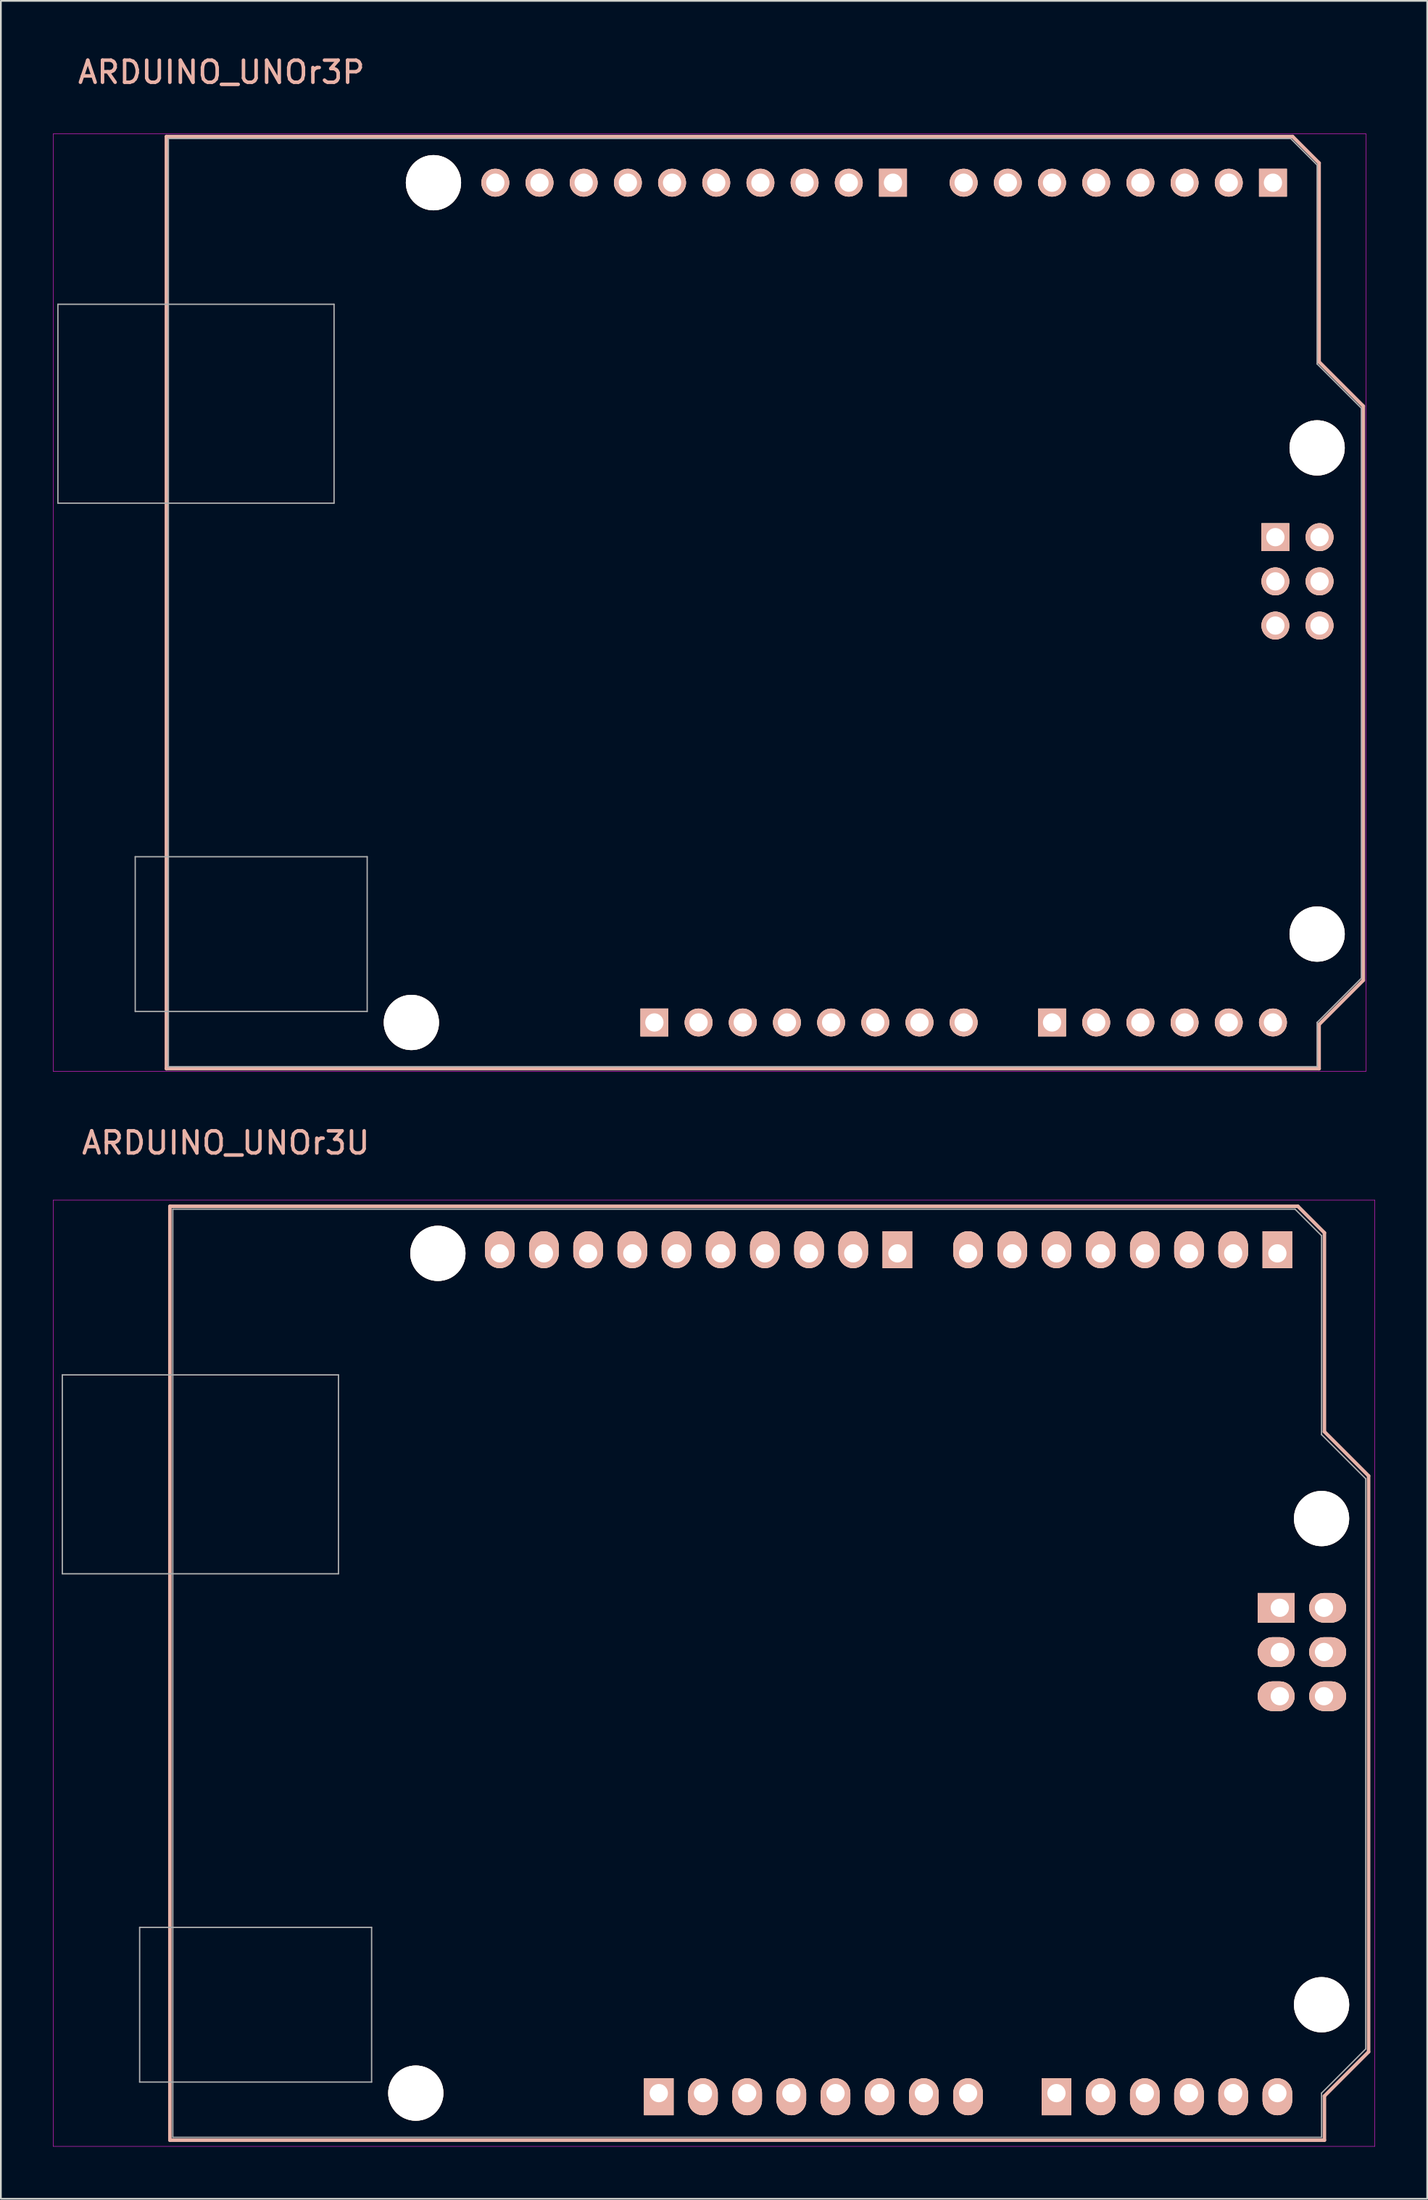
<source format=kicad_pcb>
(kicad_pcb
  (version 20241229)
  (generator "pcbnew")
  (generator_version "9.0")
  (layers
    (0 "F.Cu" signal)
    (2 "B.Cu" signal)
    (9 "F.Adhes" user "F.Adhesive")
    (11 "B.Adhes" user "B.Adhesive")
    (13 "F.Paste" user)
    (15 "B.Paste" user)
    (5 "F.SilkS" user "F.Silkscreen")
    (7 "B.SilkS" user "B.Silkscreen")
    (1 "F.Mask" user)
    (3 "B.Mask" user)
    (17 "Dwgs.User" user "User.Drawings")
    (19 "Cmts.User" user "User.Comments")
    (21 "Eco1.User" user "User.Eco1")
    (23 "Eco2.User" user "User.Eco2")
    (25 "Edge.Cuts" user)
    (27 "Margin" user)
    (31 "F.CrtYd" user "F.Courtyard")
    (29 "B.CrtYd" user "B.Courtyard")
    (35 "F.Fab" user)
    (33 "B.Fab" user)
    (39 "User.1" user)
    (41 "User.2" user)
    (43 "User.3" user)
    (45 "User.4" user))
  (footprint "ARDUINO_UNOr3U"
    (layer "F.Cu")
    (at 6.883 119.779)
    (property "Reference" "ARDUINO_UNOr3U" (at 3.048 -57.15 0) (layer "B.SilkS") (effects (font (size 1.27 1.27) (thickness 0.203))))
    (attr through_hole)
    (fp_line (start -0.165 0.165) (end -0.165 -53.505) (stroke (width 0.203) (type solid)) (layer "B.SilkS"))
    (fp_line (start 64.681 -53.505) (end -0.165 -53.505) (stroke (width 0.203) (type solid)) (layer "B.SilkS"))
    (fp_line (start 66.205 -51.981) (end 64.681 -53.505) (stroke (width 0.203) (type solid)) (layer "B.SilkS"))
    (fp_line (start 66.205 -40.551) (end 66.205 -51.981) (stroke (width 0.203) (type solid)) (layer "B.SilkS"))
    (fp_line (start 66.205 -40.551) (end 68.745 -38.011) (stroke (width 0.203) (type solid)) (layer "B.SilkS"))
    (fp_line (start 66.205 -2.375) (end 66.205 0.165) (stroke (width 0.203) (type solid)) (layer "B.SilkS"))
    (fp_line (start 66.205 0.165) (end -0.165 0.165) (stroke (width 0.203) (type solid)) (layer "B.SilkS"))
    (fp_line (start 68.745 -38.011) (end 68.745 -4.915) (stroke (width 0.203) (type solid)) (layer "B.SilkS"))
    (fp_line (start 68.745 -4.915) (end 66.205 -2.375) (stroke (width 0.203) (type solid)) (layer "B.SilkS"))
    (fp_line (start -6.871 -53.861) (end 69.101 -53.861) (stroke (width 0.025) (type solid)) (layer "F.CrtYd"))
    (fp_line (start -6.871 0.521) (end -6.871 -53.861) (stroke (width 0.025) (type solid)) (layer "F.CrtYd"))
    (fp_line (start 69.101 -53.861) (end 69.101 0.521) (stroke (width 0.025) (type solid)) (layer "F.CrtYd"))
    (fp_line (start 69.101 0.521) (end -6.871 0.521) (stroke (width 0.025) (type solid)) (layer "F.CrtYd"))
    (fp_line (start -6.35 -43.815) (end 9.525 -43.815) (stroke (width 0.076) (type solid)) (layer "F.Fab"))
    (fp_line (start -6.35 -32.385) (end -6.35 -43.815) (stroke (width 0.076) (type solid)) (layer "F.Fab"))
    (fp_line (start -1.905 -12.065) (end 11.43 -12.065) (stroke (width 0.076) (type solid)) (layer "F.Fab"))
    (fp_line (start -1.905 -3.175) (end -1.905 -12.065) (stroke (width 0.076) (type solid)) (layer "F.Fab"))
    (fp_line (start 0 0) (end 0 -53.34) (stroke (width 0.076) (type solid)) (layer "F.Fab"))
    (fp_line (start 9.525 -43.815) (end 9.525 -32.385) (stroke (width 0.076) (type solid)) (layer "F.Fab"))
    (fp_line (start 9.525 -32.385) (end -6.35 -32.385) (stroke (width 0.076) (type solid)) (layer "F.Fab"))
    (fp_line (start 11.43 -12.065) (end 11.43 -3.175) (stroke (width 0.076) (type solid)) (layer "F.Fab"))
    (fp_line (start 11.43 -3.175) (end -1.905 -3.175) (stroke (width 0.076) (type solid)) (layer "F.Fab"))
    (fp_line (start 64.516 -53.34) (end 0 -53.34) (stroke (width 0.076) (type solid)) (layer "F.Fab"))
    (fp_line (start 66.04 -51.816) (end 64.516 -53.34) (stroke (width 0.076) (type solid)) (layer "F.Fab"))
    (fp_line (start 66.04 -40.386) (end 66.04 -51.816) (stroke (width 0.076) (type solid)) (layer "F.Fab"))
    (fp_line (start 66.04 -40.386) (end 68.58 -37.846) (stroke (width 0.076) (type solid)) (layer "F.Fab"))
    (fp_line (start 66.04 -2.54) (end 66.04 0) (stroke (width 0.076) (type solid)) (layer "F.Fab"))
    (fp_line (start 66.04 0) (end 0 0) (stroke (width 0.076) (type solid)) (layer "F.Fab"))
    (fp_line (start 68.58 -37.846) (end 68.58 -5.08) (stroke (width 0.076) (type solid)) (layer "F.Fab"))
    (fp_line (start 68.58 -5.08) (end 66.04 -2.54) (stroke (width 0.076) (type solid)) (layer "F.Fab"))
    (pad "" np_thru_hole circle (at 13.97 -2.54 180) (size 3.175 3.175) (drill 3.175) (layers "*.Cu" "*.SilkS" "*.Mask"))
    (pad "" np_thru_hole circle (at 15.24 -50.8 180) (size 3.175 3.175) (drill 3.175) (layers "*.Cu" "*.SilkS" "*.Mask"))
    (pad "" np_thru_hole circle (at 66.04 -35.56 180) (size 3.175 3.175) (drill 3.175) (layers "*.Cu" "*.SilkS" "*.Mask"))
    (pad "" np_thru_hole circle (at 66.04 -7.62 180) (size 3.175 3.175) (drill 3.175) (layers "*.Cu" "*.SilkS" "*.Mask"))
    (pad "A1" thru_hole rect (at 50.8 -2.54) (size 1.7 2.12) (drill 1.05 (offset 0 0.21)) (layers "*.Cu" "*.SilkS" "*.Mask"))
    (pad "A2" thru_hole oval (at 53.34 -2.54) (size 1.7 2.12) (drill 1.05 (offset 0 0.21)) (layers "*.Cu" "*.SilkS" "*.Mask"))
    (pad "A3" thru_hole oval (at 55.88 -2.54) (size 1.7 2.12) (drill 1.05 (offset 0 0.21)) (layers "*.Cu" "*.SilkS" "*.Mask"))
    (pad "A4" thru_hole oval (at 58.42 -2.54) (size 1.7 2.12) (drill 1.05 (offset 0 0.21)) (layers "*.Cu" "*.SilkS" "*.Mask"))
    (pad "A5" thru_hole oval (at 60.96 -2.54) (size 1.7 2.12) (drill 1.05 (offset 0 0.21)) (layers "*.Cu" "*.SilkS" "*.Mask"))
    (pad "A6" thru_hole oval (at 63.5 -2.54) (size 1.7 2.12) (drill 1.05 (offset 0 0.21)) (layers "*.Cu" "*.SilkS" "*.Mask"))
    (pad "H1" thru_hole rect (at 41.656 -50.8) (size 1.7 2.12) (drill 1.05 (offset 0 -0.21)) (layers "*.Cu" "*.SilkS" "*.Mask"))
    (pad "H2" thru_hole oval (at 39.116 -50.8) (size 1.7 2.12) (drill 1.05 (offset 0 -0.21)) (layers "*.Cu" "*.SilkS" "*.Mask"))
    (pad "H3" thru_hole oval (at 36.576 -50.8) (size 1.7 2.12) (drill 1.05 (offset 0 -0.21)) (layers "*.Cu" "*.SilkS" "*.Mask"))
    (pad "H4" thru_hole oval (at 34.036 -50.8) (size 1.7 2.12) (drill 1.05 (offset 0 -0.21)) (layers "*.Cu" "*.SilkS" "*.Mask"))
    (pad "H5" thru_hole oval (at 31.496 -50.8) (size 1.7 2.12) (drill 1.05 (offset 0 -0.21)) (layers "*.Cu" "*.SilkS" "*.Mask"))
    (pad "H6" thru_hole oval (at 28.956 -50.8) (size 1.7 2.12) (drill 1.05 (offset 0 -0.21)) (layers "*.Cu" "*.SilkS" "*.Mask"))
    (pad "H7" thru_hole oval (at 26.416 -50.8) (size 1.7 2.12) (drill 1.05 (offset 0 -0.21)) (layers "*.Cu" "*.SilkS" "*.Mask"))
    (pad "H8" thru_hole oval (at 23.876 -50.8) (size 1.7 2.12) (drill 1.05 (offset 0 -0.21)) (layers "*.Cu" "*.SilkS" "*.Mask"))
    (pad "H9" thru_hole oval (at 21.336 -50.8) (size 1.7 2.12) (drill 1.05 (offset 0 -0.21)) (layers "*.Cu" "*.SilkS" "*.Mask"))
    (pad "H10" thru_hole oval (at 18.796 -50.8) (size 1.7 2.12) (drill 1.05 (offset 0 -0.21)) (layers "*.Cu" "*.SilkS" "*.Mask"))
    (pad "ISP1" thru_hole rect (at 63.64 -30.43 90) (size 1.7 2.12) (drill 1.05 (offset 0 -0.21)) (layers "*.Cu" "*.SilkS" "*.Mask"))
    (pad "ISP2" thru_hole oval (at 66.18 -30.43 270) (size 1.7 2.12) (drill 1.05 (offset 0 -0.21)) (layers "*.Cu" "*.SilkS" "*.Mask"))
    (pad "ISP3" thru_hole oval (at 63.64 -27.89 90) (size 1.7 2.12) (drill 1.05 (offset 0 -0.21)) (layers "*.Cu" "*.SilkS" "*.Mask"))
    (pad "ISP4" thru_hole oval (at 66.18 -27.89 270) (size 1.7 2.12) (drill 1.05 (offset 0 -0.21)) (layers "*.Cu" "*.SilkS" "*.Mask"))
    (pad "ISP5" thru_hole oval (at 63.64 -25.35 90) (size 1.7 2.12) (drill 1.05 (offset 0 -0.21)) (layers "*.Cu" "*.SilkS" "*.Mask"))
    (pad "ISP6" thru_hole oval (at 66.18 -25.35 270) (size 1.7 2.12) (drill 1.05 (offset 0 -0.21)) (layers "*.Cu" "*.SilkS" "*.Mask"))
    (pad "L1" thru_hole rect (at 63.5 -50.8) (size 1.7 2.12) (drill 1.05 (offset 0 -0.21)) (layers "*.Cu" "*.SilkS" "*.Mask"))
    (pad "L2" thru_hole oval (at 60.96 -50.8) (size 1.7 2.12) (drill 1.05 (offset 0 -0.21)) (layers "*.Cu" "*.SilkS" "*.Mask"))
    (pad "L3" thru_hole oval (at 58.42 -50.8) (size 1.7 2.12) (drill 1.05 (offset 0 -0.21)) (layers "*.Cu" "*.SilkS" "*.Mask"))
    (pad "L4" thru_hole oval (at 55.88 -50.8) (size 1.7 2.12) (drill 1.05 (offset 0 -0.21)) (layers "*.Cu" "*.SilkS" "*.Mask"))
    (pad "L5" thru_hole oval (at 53.34 -50.8) (size 1.7 2.12) (drill 1.05 (offset 0 -0.21)) (layers "*.Cu" "*.SilkS" "*.Mask"))
    (pad "L6" thru_hole oval (at 50.8 -50.8) (size 1.7 2.12) (drill 1.05 (offset 0 -0.21)) (layers "*.Cu" "*.SilkS" "*.Mask"))
    (pad "L7" thru_hole oval (at 48.26 -50.8) (size 1.7 2.12) (drill 1.05 (offset 0 -0.21)) (layers "*.Cu" "*.SilkS" "*.Mask"))
    (pad "L8" thru_hole oval (at 45.72 -50.8) (size 1.7 2.12) (drill 1.05 (offset 0 -0.21)) (layers "*.Cu" "*.SilkS" "*.Mask"))
    (pad "P1" thru_hole rect (at 27.94 -2.54) (size 1.7 2.12) (drill 1.05 (offset 0 0.21)) (layers "*.Cu" "*.SilkS" "*.Mask"))
    (pad "P2" thru_hole oval (at 30.48 -2.54) (size 1.7 2.12) (drill 1.05 (offset 0 0.21)) (layers "*.Cu" "*.SilkS" "*.Mask"))
    (pad "P3" thru_hole oval (at 33.02 -2.54) (size 1.7 2.12) (drill 1.05 (offset 0 0.21)) (layers "*.Cu" "*.SilkS" "*.Mask"))
    (pad "P4" thru_hole oval (at 35.56 -2.54) (size 1.7 2.12) (drill 1.05 (offset 0 0.21)) (layers "*.Cu" "*.SilkS" "*.Mask"))
    (pad "P5" thru_hole oval (at 38.1 -2.54) (size 1.7 2.12) (drill 1.05 (offset 0 0.21)) (layers "*.Cu" "*.SilkS" "*.Mask"))
    (pad "P6" thru_hole oval (at 40.64 -2.54) (size 1.7 2.12) (drill 1.05 (offset 0 0.21)) (layers "*.Cu" "*.SilkS" "*.Mask"))
    (pad "P7" thru_hole oval (at 43.18 -2.54) (size 1.7 2.12) (drill 1.05 (offset 0 0.21)) (layers "*.Cu" "*.SilkS" "*.Mask"))
    (pad "P8" thru_hole oval (at 45.72 -2.54) (size 1.7 2.12) (drill 1.05 (offset 0 0.21)) (layers "*.Cu" "*.SilkS" "*.Mask")))
  (footprint "ARDUINO_UNOr3P"
    (layer "F.Cu")
    (at 6.629 58.25)
    (property "Reference" "ARDUINO_UNOr3P" (at 3.048 -57.15 0) (layer "B.SilkS") (effects (font (size 1.27 1.27) (thickness 0.203))))
    (attr through_hole)
    (fp_line (start -0.114 0.114) (end -0.114 -53.454) (stroke (width 0.203) (type solid)) (layer "B.SilkS"))
    (fp_line (start 64.63 -53.454) (end -0.114 -53.454) (stroke (width 0.203) (type solid)) (layer "B.SilkS"))
    (fp_line (start 66.154 -51.93) (end 64.63 -53.454) (stroke (width 0.203) (type solid)) (layer "B.SilkS"))
    (fp_line (start 66.154 -40.5) (end 66.154 -51.93) (stroke (width 0.203) (type solid)) (layer "B.SilkS"))
    (fp_line (start 66.154 -40.5) (end 68.694 -37.96) (stroke (width 0.203) (type solid)) (layer "B.SilkS"))
    (fp_line (start 66.154 -2.426) (end 66.154 0.114) (stroke (width 0.203) (type solid)) (layer "B.SilkS"))
    (fp_line (start 66.154 0.114) (end -0.114 0.114) (stroke (width 0.203) (type solid)) (layer "B.SilkS"))
    (fp_line (start 68.694 -37.96) (end 68.694 -4.966) (stroke (width 0.203) (type solid)) (layer "B.SilkS"))
    (fp_line (start 68.694 -4.966) (end 66.154 -2.426) (stroke (width 0.203) (type solid)) (layer "B.SilkS"))
    (fp_line (start -6.617 -53.607) (end 68.847 -53.607) (stroke (width 0.025) (type solid)) (layer "F.CrtYd"))
    (fp_line (start -6.617 0.267) (end -6.617 -53.607) (stroke (width 0.025) (type solid)) (layer "F.CrtYd"))
    (fp_line (start 68.847 -53.607) (end 68.847 0.267) (stroke (width 0.025) (type solid)) (layer "F.CrtYd"))
    (fp_line (start 68.847 0.267) (end -6.617 0.267) (stroke (width 0.025) (type solid)) (layer "F.CrtYd"))
    (fp_line (start -6.35 -43.815) (end 9.525 -43.815) (stroke (width 0.076) (type solid)) (layer "F.Fab"))
    (fp_line (start -6.35 -32.385) (end -6.35 -43.815) (stroke (width 0.076) (type solid)) (layer "F.Fab"))
    (fp_line (start -1.905 -12.065) (end 11.43 -12.065) (stroke (width 0.076) (type solid)) (layer "F.Fab"))
    (fp_line (start -1.905 -3.175) (end -1.905 -12.065) (stroke (width 0.076) (type solid)) (layer "F.Fab"))
    (fp_line (start 0 0) (end 0 -53.34) (stroke (width 0.076) (type solid)) (layer "F.Fab"))
    (fp_line (start 9.525 -43.815) (end 9.525 -32.385) (stroke (width 0.076) (type solid)) (layer "F.Fab"))
    (fp_line (start 9.525 -32.385) (end -6.35 -32.385) (stroke (width 0.076) (type solid)) (layer "F.Fab"))
    (fp_line (start 11.43 -12.065) (end 11.43 -3.175) (stroke (width 0.076) (type solid)) (layer "F.Fab"))
    (fp_line (start 11.43 -3.175) (end -1.905 -3.175) (stroke (width 0.076) (type solid)) (layer "F.Fab"))
    (fp_line (start 64.516 -53.34) (end 0 -53.34) (stroke (width 0.076) (type solid)) (layer "F.Fab"))
    (fp_line (start 66.04 -51.816) (end 64.516 -53.34) (stroke (width 0.076) (type solid)) (layer "F.Fab"))
    (fp_line (start 66.04 -40.386) (end 66.04 -51.816) (stroke (width 0.076) (type solid)) (layer "F.Fab"))
    (fp_line (start 66.04 -40.386) (end 68.58 -37.846) (stroke (width 0.076) (type solid)) (layer "F.Fab"))
    (fp_line (start 66.04 -2.54) (end 66.04 0) (stroke (width 0.076) (type solid)) (layer "F.Fab"))
    (fp_line (start 66.04 0) (end 0 0) (stroke (width 0.076) (type solid)) (layer "F.Fab"))
    (fp_line (start 68.58 -37.846) (end 68.58 -5.08) (stroke (width 0.076) (type solid)) (layer "F.Fab"))
    (fp_line (start 68.58 -5.08) (end 66.04 -2.54) (stroke (width 0.076) (type solid)) (layer "F.Fab"))
    (pad "" np_thru_hole circle (at 13.97 -2.54 180) (size 3.175 3.175) (drill 3.175) (layers "*.Cu" "*.SilkS" "*.Mask"))
    (pad "" np_thru_hole circle (at 15.24 -50.8 180) (size 3.175 3.175) (drill 3.175) (layers "*.Cu" "*.SilkS" "*.Mask"))
    (pad "" np_thru_hole circle (at 66.04 -35.56 180) (size 3.175 3.175) (drill 3.175) (layers "*.Cu" "*.SilkS" "*.Mask"))
    (pad "" np_thru_hole circle (at 66.04 -7.62 180) (size 3.175 3.175) (drill 3.175) (layers "*.Cu" "*.SilkS" "*.Mask"))
    (pad "A1" thru_hole rect (at 50.8 -2.54) (size 1.6 1.6) (drill 1.05) (layers "*.Cu" "*.SilkS" "*.Mask"))
    (pad "A2" thru_hole circle (at 53.34 -2.54) (size 1.6 1.6) (drill 1.05) (layers "*.Cu" "*.SilkS" "*.Mask"))
    (pad "A3" thru_hole circle (at 55.88 -2.54) (size 1.6 1.6) (drill 1.05) (layers "*.Cu" "*.SilkS" "*.Mask"))
    (pad "A4" thru_hole circle (at 58.42 -2.54) (size 1.6 1.6) (drill 1.05) (layers "*.Cu" "*.SilkS" "*.Mask"))
    (pad "A5" thru_hole circle (at 60.96 -2.54) (size 1.6 1.6) (drill 1.05) (layers "*.Cu" "*.SilkS" "*.Mask"))
    (pad "A6" thru_hole circle (at 63.5 -2.54) (size 1.6 1.6) (drill 1.05) (layers "*.Cu" "*.SilkS" "*.Mask"))
    (pad "H1" thru_hole rect (at 41.656 -50.8) (size 1.6 1.6) (drill 1.05) (layers "*.Cu" "*.SilkS" "*.Mask"))
    (pad "H2" thru_hole circle (at 39.116 -50.8) (size 1.6 1.6) (drill 1.05) (layers "*.Cu" "*.SilkS" "*.Mask"))
    (pad "H3" thru_hole circle (at 36.576 -50.8) (size 1.6 1.6) (drill 1.05) (layers "*.Cu" "*.SilkS" "*.Mask"))
    (pad "H4" thru_hole circle (at 34.036 -50.8) (size 1.6 1.6) (drill 1.05) (layers "*.Cu" "*.SilkS" "*.Mask"))
    (pad "H5" thru_hole circle (at 31.496 -50.8) (size 1.6 1.6) (drill 1.05) (layers "*.Cu" "*.SilkS" "*.Mask"))
    (pad "H6" thru_hole circle (at 28.956 -50.8) (size 1.6 1.6) (drill 1.05) (layers "*.Cu" "*.SilkS" "*.Mask"))
    (pad "H7" thru_hole circle (at 26.416 -50.8) (size 1.6 1.6) (drill 1.05) (layers "*.Cu" "*.SilkS" "*.Mask"))
    (pad "H8" thru_hole circle (at 23.876 -50.8) (size 1.6 1.6) (drill 1.05) (layers "*.Cu" "*.SilkS" "*.Mask"))
    (pad "H9" thru_hole circle (at 21.336 -50.8) (size 1.6 1.6) (drill 1.05) (layers "*.Cu" "*.SilkS" "*.Mask"))
    (pad "H10" thru_hole circle (at 18.796 -50.8) (size 1.6 1.6) (drill 1.05) (layers "*.Cu" "*.SilkS" "*.Mask"))
    (pad "ISP1" thru_hole rect (at 63.64 -30.43) (size 1.6 1.6) (drill 1.05) (layers "*.Cu" "*.SilkS" "*.Mask"))
    (pad "ISP2" thru_hole circle (at 66.18 -30.43) (size 1.6 1.6) (drill 1.05) (layers "*.Cu" "*.SilkS" "*.Mask"))
    (pad "ISP3" thru_hole circle (at 63.64 -27.89) (size 1.6 1.6) (drill 1.05) (layers "*.Cu" "*.SilkS" "*.Mask"))
    (pad "ISP4" thru_hole circle (at 66.18 -27.89) (size 1.6 1.6) (drill 1.05) (layers "*.Cu" "*.SilkS" "*.Mask"))
    (pad "ISP5" thru_hole circle (at 63.64 -25.35) (size 1.6 1.6) (drill 1.05) (layers "*.Cu" "*.SilkS" "*.Mask"))
    (pad "ISP6" thru_hole circle (at 66.18 -25.35) (size 1.6 1.6) (drill 1.05) (layers "*.Cu" "*.SilkS" "*.Mask"))
    (pad "L1" thru_hole rect (at 63.5 -50.8) (size 1.6 1.6) (drill 1.05) (layers "*.Cu" "*.SilkS" "*.Mask"))
    (pad "L2" thru_hole circle (at 60.96 -50.8) (size 1.6 1.6) (drill 1.05) (layers "*.Cu" "*.SilkS" "*.Mask"))
    (pad "L3" thru_hole circle (at 58.42 -50.8) (size 1.6 1.6) (drill 1.05) (layers "*.Cu" "*.SilkS" "*.Mask"))
    (pad "L4" thru_hole circle (at 55.88 -50.8) (size 1.6 1.6) (drill 1.05) (layers "*.Cu" "*.SilkS" "*.Mask"))
    (pad "L5" thru_hole circle (at 53.34 -50.8) (size 1.6 1.6) (drill 1.05) (layers "*.Cu" "*.SilkS" "*.Mask"))
    (pad "L6" thru_hole circle (at 50.8 -50.8) (size 1.6 1.6) (drill 1.05) (layers "*.Cu" "*.SilkS" "*.Mask"))
    (pad "L7" thru_hole circle (at 48.26 -50.8) (size 1.6 1.6) (drill 1.05) (layers "*.Cu" "*.SilkS" "*.Mask"))
    (pad "L8" thru_hole circle (at 45.72 -50.8) (size 1.6 1.6) (drill 1.05) (layers "*.Cu" "*.SilkS" "*.Mask"))
    (pad "P1" thru_hole rect (at 27.94 -2.54) (size 1.6 1.6) (drill 1.05) (layers "*.Cu" "*.SilkS" "*.Mask"))
    (pad "P2" thru_hole circle (at 30.48 -2.54) (size 1.6 1.6) (drill 1.05) (layers "*.Cu" "*.SilkS" "*.Mask"))
    (pad "P3" thru_hole circle (at 33.02 -2.54) (size 1.6 1.6) (drill 1.05) (layers "*.Cu" "*.SilkS" "*.Mask"))
    (pad "P4" thru_hole circle (at 35.56 -2.54) (size 1.6 1.6) (drill 1.05) (layers "*.Cu" "*.SilkS" "*.Mask"))
    (pad "P5" thru_hole circle (at 38.1 -2.54) (size 1.6 1.6) (drill 1.05) (layers "*.Cu" "*.SilkS" "*.Mask"))
    (pad "P6" thru_hole circle (at 40.64 -2.54) (size 1.6 1.6) (drill 1.05) (layers "*.Cu" "*.SilkS" "*.Mask"))
    (pad "P7" thru_hole circle (at 43.18 -2.54) (size 1.6 1.6) (drill 1.05) (layers "*.Cu" "*.SilkS" "*.Mask"))
    (pad "P8" thru_hole circle (at 45.72 -2.54) (size 1.6 1.6) (drill 1.05) (layers "*.Cu" "*.SilkS" "*.Mask")))
  (gr_rect
    (start -3 -3)
    (end 78.997 123.312)
    (stroke (width 0.1) (type default))
    (fill no)
    (layer "Edge.Cuts")))
</source>
